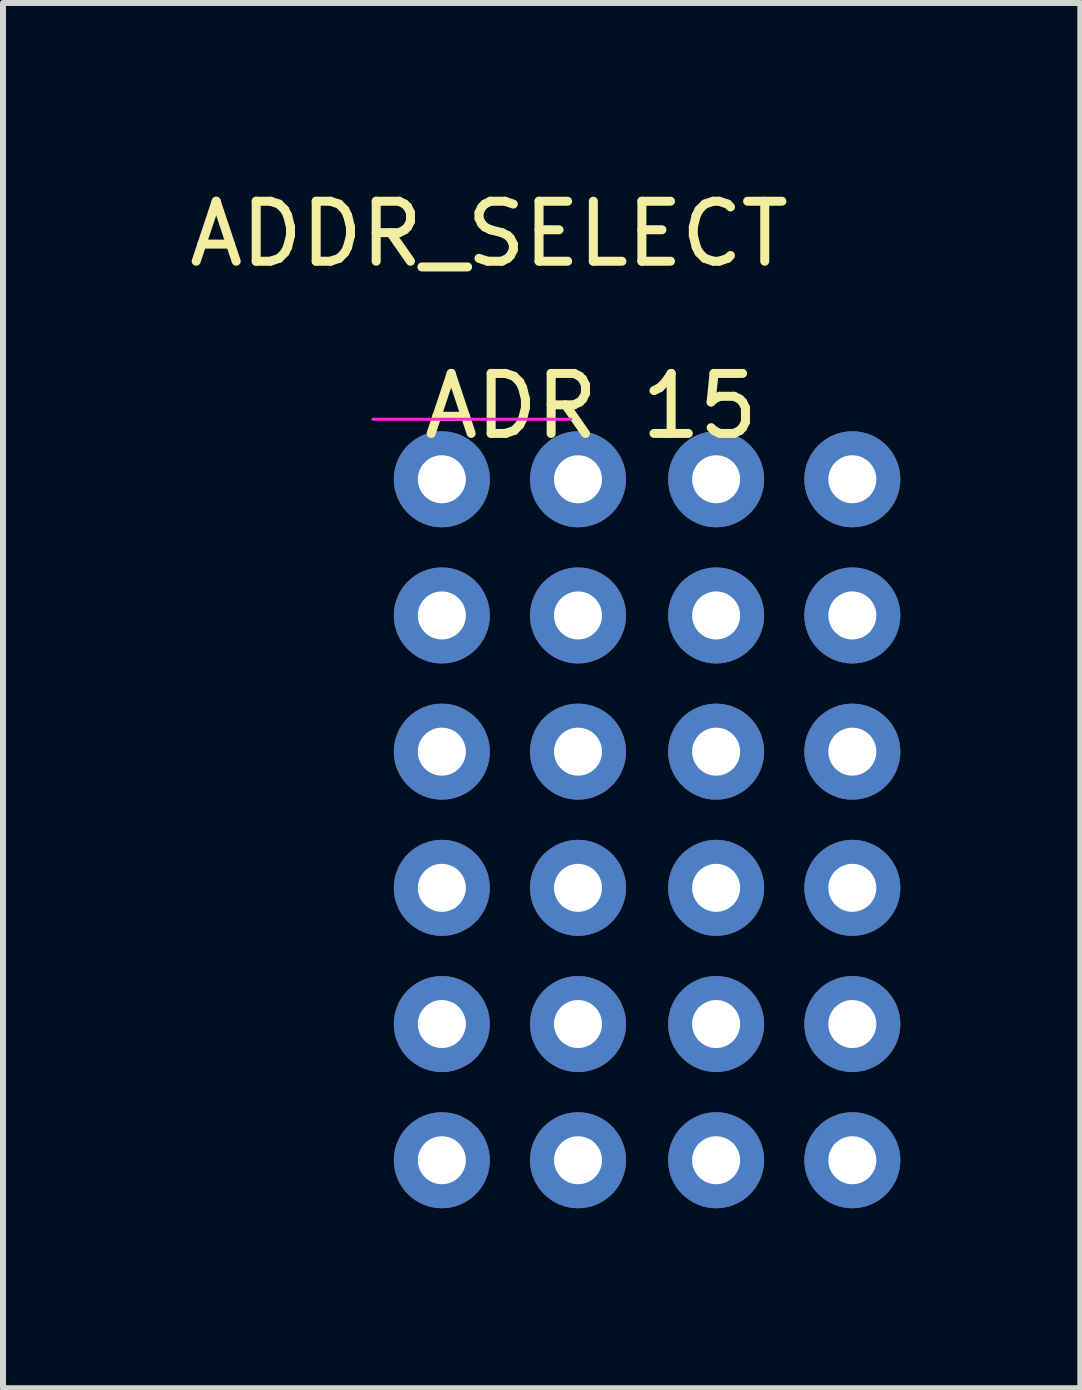
<source format=kicad_pcb>
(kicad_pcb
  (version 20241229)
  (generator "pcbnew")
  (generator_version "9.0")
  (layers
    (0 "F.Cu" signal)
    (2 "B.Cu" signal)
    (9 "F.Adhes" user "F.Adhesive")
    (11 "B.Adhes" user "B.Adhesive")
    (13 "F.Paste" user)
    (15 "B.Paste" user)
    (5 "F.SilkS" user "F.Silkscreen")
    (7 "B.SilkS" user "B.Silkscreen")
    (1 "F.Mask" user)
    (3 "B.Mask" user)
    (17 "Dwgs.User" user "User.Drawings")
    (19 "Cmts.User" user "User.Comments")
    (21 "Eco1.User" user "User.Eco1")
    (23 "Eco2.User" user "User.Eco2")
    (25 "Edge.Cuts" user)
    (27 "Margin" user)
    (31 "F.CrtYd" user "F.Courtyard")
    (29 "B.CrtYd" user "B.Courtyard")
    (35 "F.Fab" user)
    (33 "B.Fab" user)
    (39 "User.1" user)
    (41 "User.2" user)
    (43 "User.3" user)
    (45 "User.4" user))
  (footprint "ADDR_SELECT"
    (layer "F.Cu")
    (at 4.314 4.938)
    (property "Reference" "ADDR_SELECT" (at 0.787 -4.089 0) (layer "F.SilkS") (effects (font (size 1 1) (thickness 0.15))))
    (attr through_hole)
    (fp_line (start 2.15 -1) (end -1.15 -1) (stroke (width 0.05) (type solid)) (layer "F.CrtYd"))
    (fp_text user "ADR 15" (at 2.489 -1.219 0) (layer "F.SilkS") (effects (font (size 1 1) (thickness 0.15))))
    (pad "1" thru_hole oval (at 0 0) (size 1.6 1.6) (drill 0.8) (layers "*.Cu" "*.Mask"))
    (pad "2" thru_hole oval (at 0 2.27) (size 1.6 1.6) (drill 0.8) (layers "*.Cu" "*.Mask"))
    (pad "3" thru_hole oval (at 0 4.54) (size 1.6 1.6) (drill 0.8) (layers "*.Cu" "*.Mask"))
    (pad "4" thru_hole oval (at 0 6.81) (size 1.6 1.6) (drill 0.8) (layers "*.Cu" "*.Mask"))
    (pad "5" thru_hole oval (at 0 9.08) (size 1.6 1.6) (drill 0.8) (layers "*.Cu" "*.Mask"))
    (pad "6" thru_hole oval (at 0 11.35) (size 1.6 1.6) (drill 0.8) (layers "*.Cu" "*.Mask"))
    (pad "7" thru_hole oval (at 2.27 0) (size 1.6 1.6) (drill 0.8) (layers "*.Cu" "*.Mask"))
    (pad "8" thru_hole oval (at 2.27 2.27) (size 1.6 1.6) (drill 0.8) (layers "*.Cu" "*.Mask"))
    (pad "9" thru_hole oval (at 2.27 4.54) (size 1.6 1.6) (drill 0.8) (layers "*.Cu" "*.Mask"))
    (pad "10" thru_hole oval (at 2.27 6.81) (size 1.6 1.6) (drill 0.8) (layers "*.Cu" "*.Mask"))
    (pad "11" thru_hole oval (at 2.27 9.08) (size 1.6 1.6) (drill 0.8) (layers "*.Cu" "*.Mask"))
    (pad "12" thru_hole oval (at 2.27 11.35) (size 1.6 1.6) (drill 0.8) (layers "*.Cu" "*.Mask"))
    (pad "13" thru_hole oval (at 4.572 0) (size 1.6 1.6) (drill 0.8) (layers "*.Cu" "*.Mask"))
    (pad "14" thru_hole oval (at 4.572 2.27) (size 1.6 1.6) (drill 0.8) (layers "*.Cu" "*.Mask"))
    (pad "15" thru_hole oval (at 4.572 4.54) (size 1.6 1.6) (drill 0.8) (layers "*.Cu" "*.Mask"))
    (pad "16" thru_hole oval (at 4.572 6.81) (size 1.6 1.6) (drill 0.8) (layers "*.Cu" "*.Mask"))
    (pad "17" thru_hole oval (at 4.572 9.08) (size 1.6 1.6) (drill 0.8) (layers "*.Cu" "*.Mask"))
    (pad "18" thru_hole oval (at 4.572 11.35) (size 1.6 1.6) (drill 0.8) (layers "*.Cu" "*.Mask"))
    (pad "19" thru_hole oval (at 6.842 0) (size 1.6 1.6) (drill 0.8) (layers "*.Cu" "*.Mask"))
    (pad "20" thru_hole oval (at 6.842 2.27) (size 1.6 1.6) (drill 0.8) (layers "*.Cu" "*.Mask"))
    (pad "21" thru_hole oval (at 6.842 4.54) (size 1.6 1.6) (drill 0.8) (layers "*.Cu" "*.Mask"))
    (pad "22" thru_hole oval (at 6.842 6.81) (size 1.6 1.6) (drill 0.8) (layers "*.Cu" "*.Mask"))
    (pad "23" thru_hole oval (at 6.842 9.08) (size 1.6 1.6) (drill 0.8) (layers "*.Cu" "*.Mask"))
    (pad "24" thru_hole oval (at 6.842 11.35) (size 1.6 1.6) (drill 0.8) (layers "*.Cu" "*.Mask")))
  (gr_rect
    (start -3 -3)
    (end 14.956 20.088)
    (stroke (width 0.1) (type default))
    (fill no)
    (layer "Edge.Cuts")))
</source>
